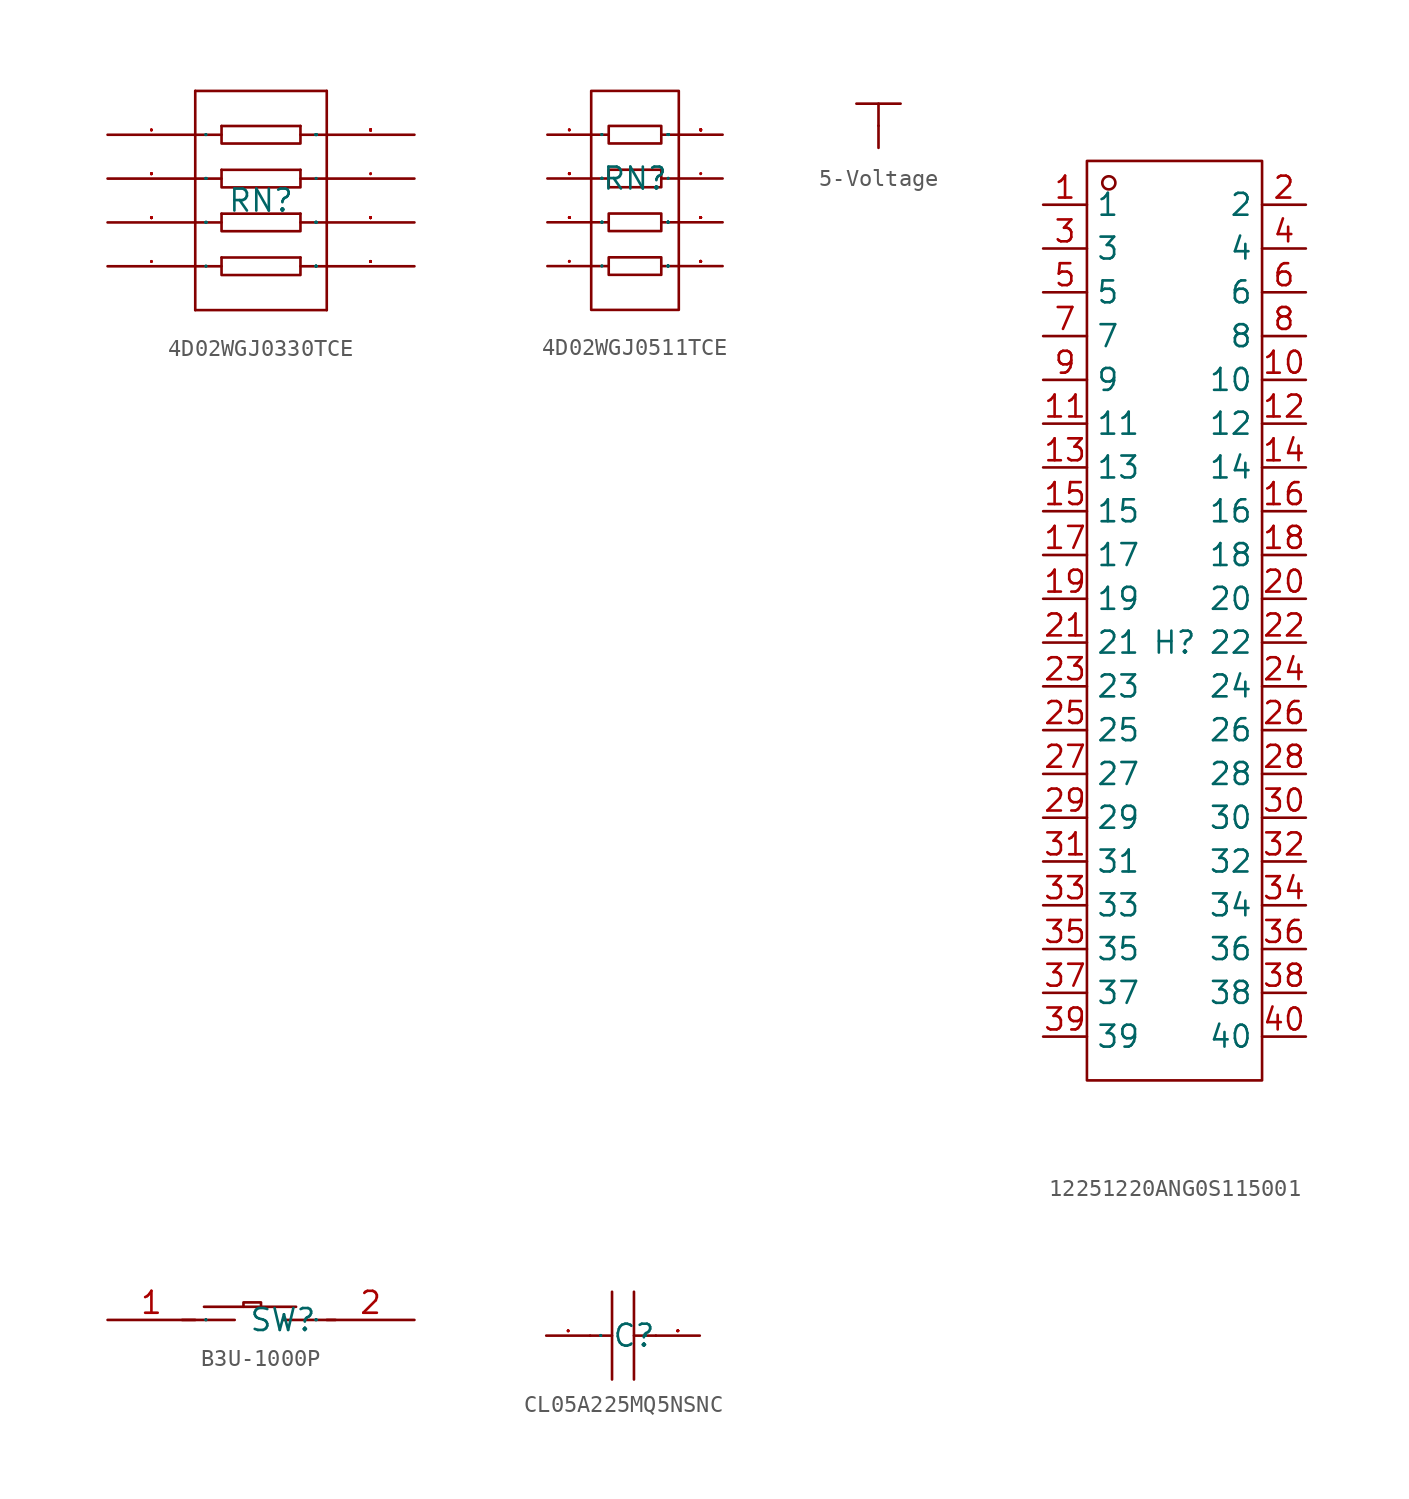
<source format=kicad_sym>
(kicad_symbol_lib
  (version 20241209)
  (generator "kicad_symbol_editor")
  (generator_version "9.0")
  (symbol "4D02WGJ0330TCE"
    (property "Reference" "RN"
      (at 0 0 0)
      (effects (font (size 1.27 1.27))))
    (symbol "4D02WGJ0330TCE_1_0"
      (polyline (pts (xy -3.81 6.35) (xy -3.81 -6.35)) (stroke (width 0) (type default)) (fill (type none)))
      (polyline (pts (xy -3.81 6.35) (xy 3.81 6.35)) (stroke (width 0) (type default)) (fill (type none)))
      (polyline (pts (xy -3.81 3.81) (xy -2.286 3.81)) (stroke (width 0) (type default)) (fill (type none)))
      (polyline (pts (xy -3.81 1.27) (xy -2.286 1.27)) (stroke (width 0) (type default)) (fill (type none)))
      (polyline (pts (xy -3.81 -1.27) (xy -2.286 -1.27)) (stroke (width 0) (type default)) (fill (type none)))
      (polyline (pts (xy -3.81 -3.81) (xy -2.286 -3.81)) (stroke (width 0) (type default)) (fill (type none)))
      (polyline (pts (xy -3.81 -6.35) (xy 3.81 -6.35)) (stroke (width 0) (type default)) (fill (type none)))
      (polyline (pts (xy -2.286 4.318) (xy 2.286 4.318)) (stroke (width 0) (type default)) (fill (type none)))
      (polyline (pts (xy -2.286 4.318) (xy -2.286 3.302) (xy -2.286 3.302) (xy 2.286 3.302) (xy 2.286 3.302) (xy 2.286 4.318)) (stroke (width 0) (type default)) (fill (type none)))
      (polyline (pts (xy -2.286 1.778) (xy 2.286 1.778)) (stroke (width 0) (type default)) (fill (type none)))
      (polyline (pts (xy -2.286 1.778) (xy -2.286 0.762) (xy -2.286 0.762) (xy 2.286 0.762) (xy 2.286 0.762) (xy 2.286 1.778)) (stroke (width 0) (type default)) (fill (type none)))
      (polyline (pts (xy -2.286 -0.762) (xy 2.286 -0.762)) (stroke (width 0) (type default)) (fill (type none)))
      (polyline (pts (xy -2.286 -0.762) (xy -2.286 -1.778) (xy -2.286 -1.778) (xy 2.286 -1.778) (xy 2.286 -1.778) (xy 2.286 -0.762)) (stroke (width 0) (type default)) (fill (type none)))
      (polyline (pts (xy -2.286 -3.302) (xy 2.286 -3.302)) (stroke (width 0) (type default)) (fill (type none)))
      (polyline (pts (xy -2.286 -3.302) (xy -2.286 -4.318) (xy -2.286 -4.318) (xy 2.286 -4.318) (xy 2.286 -4.318) (xy 2.286 -3.302)) (stroke (width 0) (type default)) (fill (type none)))
      (polyline (pts (xy 2.286 3.81) (xy 3.81 3.81)) (stroke (width 0) (type default)) (fill (type none)))
      (polyline (pts (xy 2.286 1.27) (xy 3.81 1.27)) (stroke (width 0) (type default)) (fill (type none)))
      (polyline (pts (xy 2.286 -1.27) (xy 3.81 -1.27)) (stroke (width 0) (type default)) (fill (type none)))
      (polyline (pts (xy 2.286 -3.81) (xy 3.81 -3.81)) (stroke (width 0) (type default)) (fill (type none)))
      (polyline (pts (xy 3.81 6.35) (xy 3.81 -6.35)) (stroke (width 0) (type default)) (fill (type none)))
      (pin input line (at -8.89 3.81 0) (length 5.08) (name "1" (effects (font (size 0.025 0.025)))) (number "1" (effects (font (size 0.025 0.025)))))
      (pin input line (at -8.89 1.27 0) (length 5.08) (name "2" (effects (font (size 0.025 0.025)))) (number "2" (effects (font (size 0.025 0.025)))))
      (pin input line (at -8.89 -1.27 0) (length 5.08) (name "3" (effects (font (size 0.025 0.025)))) (number "3" (effects (font (size 0.025 0.025)))))
      (pin input line (at -8.89 -3.81 0) (length 5.08) (name "4" (effects (font (size 0.025 0.025)))) (number "4" (effects (font (size 0.025 0.025)))))
      (pin input line (at 8.89 3.81 180) (length 5.08) (name "8" (effects (font (size 0.025 0.025)))) (number "8" (effects (font (size 0.025 0.025)))))
      (pin input line (at 8.89 1.27 180) (length 5.08) (name "7" (effects (font (size 0.025 0.025)))) (number "7" (effects (font (size 0.025 0.025)))))
      (pin input line (at 8.89 -1.27 180) (length 5.08) (name "6" (effects (font (size 0.025 0.025)))) (number "6" (effects (font (size 0.025 0.025)))))
      (pin input line (at 8.89 -3.81 180) (length 5.08) (name "5" (effects (font (size 0.025 0.025)))) (number "5" (effects (font (size 0.025 0.025)))))))
  (symbol "4D02WGJ0511TCE"
    (property "Reference" "RN"
      (at 0 0 0)
      (effects (font (size 1.27 1.27))))
    (symbol "4D02WGJ0511TCE_1_0"
      (polyline (pts (xy -2.54 0) (xy -1.524 0)) (stroke (width 0) (type default)) (fill (type none)))
      (polyline (pts (xy -2.54 -2.54) (xy -1.524 -2.54)) (stroke (width 0) (type default)) (fill (type none)))
      (polyline (pts (xy -2.54 -5.08) (xy -1.524 -5.08)) (stroke (width 0) (type default)) (fill (type none)))
      (rectangle (start -2.54 -7.62) (end 2.54 5.08) (stroke (width 0) (type default)) (fill (type none)))
      (polyline (pts (xy -1.524 2.54) (xy -2.54 2.54)) (stroke (width 0) (type default)) (fill (type none)))
      (rectangle (start -1.524 2.032) (end 1.524 3.048) (stroke (width 0) (type default)) (fill (type none)))
      (rectangle (start -1.524 -0.508) (end 1.524 0.508) (stroke (width 0) (type default)) (fill (type none)))
      (rectangle (start -1.524 -3.048) (end 1.524 -2.032) (stroke (width 0) (type default)) (fill (type none)))
      (rectangle (start -1.524 -5.588) (end 1.524 -4.572) (stroke (width 0) (type default)) (fill (type none)))
      (polyline (pts (xy 1.524 2.54) (xy 2.54 2.54)) (stroke (width 0) (type default)) (fill (type none)))
      (polyline (pts (xy 1.524 0) (xy 2.54 0)) (stroke (width 0) (type default)) (fill (type none)))
      (polyline (pts (xy 1.524 -2.54) (xy 2.54 -2.54)) (stroke (width 0) (type default)) (fill (type none)))
      (polyline (pts (xy 1.524 -5.08) (xy 2.54 -5.08)) (stroke (width 0) (type default)) (fill (type none)))
      (pin input line (at -5.08 2.54 0) (length 2.54) (name "1" (effects (font (size 0.025 0.025)))) (number "1" (effects (font (size 0.025 0.025)))))
      (pin input line (at -5.08 0 0) (length 2.54) (name "2" (effects (font (size 0.025 0.025)))) (number "2" (effects (font (size 0.025 0.025)))))
      (pin input line (at -5.08 -2.54 0) (length 2.54) (name "3" (effects (font (size 0.025 0.025)))) (number "3" (effects (font (size 0.025 0.025)))))
      (pin input line (at -5.08 -5.08 0) (length 2.54) (name "4" (effects (font (size 0.025 0.025)))) (number "4" (effects (font (size 0.025 0.025)))))
      (pin input line (at 5.08 2.54 180) (length 2.54) (name "8" (effects (font (size 0.025 0.025)))) (number "8" (effects (font (size 0.025 0.025)))))
      (pin input line (at 5.08 0 180) (length 2.54) (name "7" (effects (font (size 0.025 0.025)))) (number "7" (effects (font (size 0.025 0.025)))))
      (pin input line (at 5.08 -2.54 180) (length 2.54) (name "6" (effects (font (size 0.025 0.025)))) (number "6" (effects (font (size 0.025 0.025)))))
      (pin input line (at 5.08 -5.08 180) (length 2.54) (name "5" (effects (font (size 0.025 0.025)))) (number "5" (effects (font (size 0.025 0.025)))))))
  (symbol "5-Voltage"
    (power)
    (pin_numbers
      (hide yes))
    (pin_names
      (hide yes))
    (property "Reference" "#PWR"
      (at 0 0 0)
      (effects (font (size 1.27 1.27)) (hide yes)))
    (property "Value" ""
      (at 0 3.81 0)
      (effects (font (size 1.27 1.27))))
    (symbol "5-Voltage_1_0"
      (polyline (pts (xy -1.27 2.54) (xy 1.27 2.54)) (stroke (width 0) (type default)) (fill (type none)))
      (polyline (pts (xy 0 2.54) (xy 0 1.27)) (stroke (width 0) (type default)) (fill (type none)))
      (pin power_in line (at 0 0 90) (length 1.27) (name "+3.3V" (effects (font (size 1.27 1.27)))) (number "1" (effects (font (size 0.025 0.025)))))))
  (symbol "12251220ANG0S115001"
    (property "Reference" "H"
      (at 0 0 0)
      (effects (font (size 1.27 1.27))))
    (property "Value" ""
      (at 0 0 0)
      (effects (font (size 1.27 1.27))))
    (symbol "12251220ANG0S115001_1_0"
      (rectangle (start -5.08 -25.4) (end 5.08 27.94) (stroke (width 0) (type default)) (fill (type none)))
      (circle (center -3.81 26.67) (radius 0.381) (stroke (width 0) (type default)) (fill (type none)))
      (pin input line (at -7.62 25.4 0) (length 2.54) (name "1" (effects (font (size 1.27 1.27)))) (number "1" (effects (font (size 1.27 1.27)))))
      (pin input line (at -7.62 22.86 0) (length 2.54) (name "3" (effects (font (size 1.27 1.27)))) (number "3" (effects (font (size 1.27 1.27)))))
      (pin input line (at -7.62 20.32 0) (length 2.54) (name "5" (effects (font (size 1.27 1.27)))) (number "5" (effects (font (size 1.27 1.27)))))
      (pin input line (at -7.62 17.78 0) (length 2.54) (name "7" (effects (font (size 1.27 1.27)))) (number "7" (effects (font (size 1.27 1.27)))))
      (pin input line (at -7.62 15.24 0) (length 2.54) (name "9" (effects (font (size 1.27 1.27)))) (number "9" (effects (font (size 1.27 1.27)))))
      (pin input line (at -7.62 12.7 0) (length 2.54) (name "11" (effects (font (size 1.27 1.27)))) (number "11" (effects (font (size 1.27 1.27)))))
      (pin input line (at -7.62 10.16 0) (length 2.54) (name "13" (effects (font (size 1.27 1.27)))) (number "13" (effects (font (size 1.27 1.27)))))
      (pin input line (at -7.62 7.62 0) (length 2.54) (name "15" (effects (font (size 1.27 1.27)))) (number "15" (effects (font (size 1.27 1.27)))))
      (pin input line (at -7.62 5.08 0) (length 2.54) (name "17" (effects (font (size 1.27 1.27)))) (number "17" (effects (font (size 1.27 1.27)))))
      (pin input line (at -7.62 2.54 0) (length 2.54) (name "19" (effects (font (size 1.27 1.27)))) (number "19" (effects (font (size 1.27 1.27)))))
      (pin input line (at -7.62 0 0) (length 2.54) (name "21" (effects (font (size 1.27 1.27)))) (number "21" (effects (font (size 1.27 1.27)))))
      (pin input line (at -7.62 -2.54 0) (length 2.54) (name "23" (effects (font (size 1.27 1.27)))) (number "23" (effects (font (size 1.27 1.27)))))
      (pin input line (at -7.62 -5.08 0) (length 2.54) (name "25" (effects (font (size 1.27 1.27)))) (number "25" (effects (font (size 1.27 1.27)))))
      (pin input line (at -7.62 -7.62 0) (length 2.54) (name "27" (effects (font (size 1.27 1.27)))) (number "27" (effects (font (size 1.27 1.27)))))
      (pin input line (at -7.62 -10.16 0) (length 2.54) (name "29" (effects (font (size 1.27 1.27)))) (number "29" (effects (font (size 1.27 1.27)))))
      (pin input line (at -7.62 -12.7 0) (length 2.54) (name "31" (effects (font (size 1.27 1.27)))) (number "31" (effects (font (size 1.27 1.27)))))
      (pin input line (at -7.62 -15.24 0) (length 2.54) (name "33" (effects (font (size 1.27 1.27)))) (number "33" (effects (font (size 1.27 1.27)))))
      (pin input line (at -7.62 -17.78 0) (length 2.54) (name "35" (effects (font (size 1.27 1.27)))) (number "35" (effects (font (size 1.27 1.27)))))
      (pin input line (at -7.62 -20.32 0) (length 2.54) (name "37" (effects (font (size 1.27 1.27)))) (number "37" (effects (font (size 1.27 1.27)))))
      (pin input line (at -7.62 -22.86 0) (length 2.54) (name "39" (effects (font (size 1.27 1.27)))) (number "39" (effects (font (size 1.27 1.27)))))
      (pin input line (at 7.62 25.4 180) (length 2.54) (name "2" (effects (font (size 1.27 1.27)))) (number "2" (effects (font (size 1.27 1.27)))))
      (pin input line (at 7.62 22.86 180) (length 2.54) (name "4" (effects (font (size 1.27 1.27)))) (number "4" (effects (font (size 1.27 1.27)))))
      (pin input line (at 7.62 20.32 180) (length 2.54) (name "6" (effects (font (size 1.27 1.27)))) (number "6" (effects (font (size 1.27 1.27)))))
      (pin input line (at 7.62 17.78 180) (length 2.54) (name "8" (effects (font (size 1.27 1.27)))) (number "8" (effects (font (size 1.27 1.27)))))
      (pin input line (at 7.62 15.24 180) (length 2.54) (name "10" (effects (font (size 1.27 1.27)))) (number "10" (effects (font (size 1.27 1.27)))))
      (pin input line (at 7.62 12.7 180) (length 2.54) (name "12" (effects (font (size 1.27 1.27)))) (number "12" (effects (font (size 1.27 1.27)))))
      (pin input line (at 7.62 10.16 180) (length 2.54) (name "14" (effects (font (size 1.27 1.27)))) (number "14" (effects (font (size 1.27 1.27)))))
      (pin input line (at 7.62 7.62 180) (length 2.54) (name "16" (effects (font (size 1.27 1.27)))) (number "16" (effects (font (size 1.27 1.27)))))
      (pin input line (at 7.62 5.08 180) (length 2.54) (name "18" (effects (font (size 1.27 1.27)))) (number "18" (effects (font (size 1.27 1.27)))))
      (pin input line (at 7.62 2.54 180) (length 2.54) (name "20" (effects (font (size 1.27 1.27)))) (number "20" (effects (font (size 1.27 1.27)))))
      (pin input line (at 7.62 0 180) (length 2.54) (name "22" (effects (font (size 1.27 1.27)))) (number "22" (effects (font (size 1.27 1.27)))))
      (pin input line (at 7.62 -2.54 180) (length 2.54) (name "24" (effects (font (size 1.27 1.27)))) (number "24" (effects (font (size 1.27 1.27)))))
      (pin input line (at 7.62 -5.08 180) (length 2.54) (name "26" (effects (font (size 1.27 1.27)))) (number "26" (effects (font (size 1.27 1.27)))))
      (pin input line (at 7.62 -7.62 180) (length 2.54) (name "28" (effects (font (size 1.27 1.27)))) (number "28" (effects (font (size 1.27 1.27)))))
      (pin input line (at 7.62 -10.16 180) (length 2.54) (name "30" (effects (font (size 1.27 1.27)))) (number "30" (effects (font (size 1.27 1.27)))))
      (pin input line (at 7.62 -12.7 180) (length 2.54) (name "32" (effects (font (size 1.27 1.27)))) (number "32" (effects (font (size 1.27 1.27)))))
      (pin input line (at 7.62 -15.24 180) (length 2.54) (name "34" (effects (font (size 1.27 1.27)))) (number "34" (effects (font (size 1.27 1.27)))))
      (pin input line (at 7.62 -17.78 180) (length 2.54) (name "36" (effects (font (size 1.27 1.27)))) (number "36" (effects (font (size 1.27 1.27)))))
      (pin input line (at 7.62 -20.32 180) (length 2.54) (name "38" (effects (font (size 1.27 1.27)))) (number "38" (effects (font (size 1.27 1.27)))))
      (pin input line (at 7.62 -22.86 180) (length 2.54) (name "40" (effects (font (size 1.27 1.27)))) (number "40" (effects (font (size 1.27 1.27)))))))
  (symbol "B3U-1000P"
    (property "Reference" "SW"
      (at 0 0 0)
      (effects (font (size 1.27 1.27))))
    (property "Value" ""
      (at 0 0 0)
      (effects (font (size 1.27 1.27))))
    (symbol "B3U-1000P_1_0"
      (polyline (pts (xy -5.842 0) (xy -2.794 0)) (stroke (width 0) (type default)) (fill (type none)))
      (polyline (pts (xy -4.572 0.762) (xy 0.762 0.762)) (stroke (width 0) (type default)) (fill (type none)))
      (polyline (pts (xy -2.286 0.762) (xy -2.286 1.016) (xy -2.286 1.016) (xy -1.27 1.016) (xy -1.27 1.016) (xy -1.27 0.762)) (stroke (width 0) (type default)) (fill (type none)))
      (polyline (pts (xy 0 0) (xy 3.048 0)) (stroke (width 0) (type default)) (fill (type none)))
      (pin unspecified line (at -10.16 0 0) (length 5.08) (name "1" (effects (font (size 0.025 0.025)))) (number "1" (effects (font (size 1.27 1.27)))))
      (pin unspecified line (at 7.62 0 180) (length 5.08) (name "2" (effects (font (size 0.025 0.025)))) (number "2" (effects (font (size 1.27 1.27)))))))
  (symbol "CL05A225MQ5NSNC"
    (property "Reference" "C"
      (at 0 0 0)
      (effects (font (size 1.27 1.27))))
    (symbol "CL05A225MQ5NSNC_1_0"
      (polyline (pts (xy -1.27 0) (xy -2.54 0)) (stroke (width 0) (type default)) (fill (type none)))
      (polyline (pts (xy -1.27 -2.54) (xy -1.27 2.54)) (stroke (width 0) (type default)) (fill (type none)))
      (polyline (pts (xy 0 2.54) (xy 0 -2.54)) (stroke (width 0) (type default)) (fill (type none)))
      (polyline (pts (xy 0 0) (xy 1.27 0)) (stroke (width 0) (type default)) (fill (type none)))
      (pin input line (at -5.08 0 0) (length 2.54) (name "1" (effects (font (size 0.025 0.025)))) (number "1" (effects (font (size 0.025 0.025)))))
      (pin input line (at 3.81 0 180) (length 2.54) (name "2" (effects (font (size 0.025 0.025)))) (number "2" (effects (font (size 0.025 0.025))))))))
</source>
